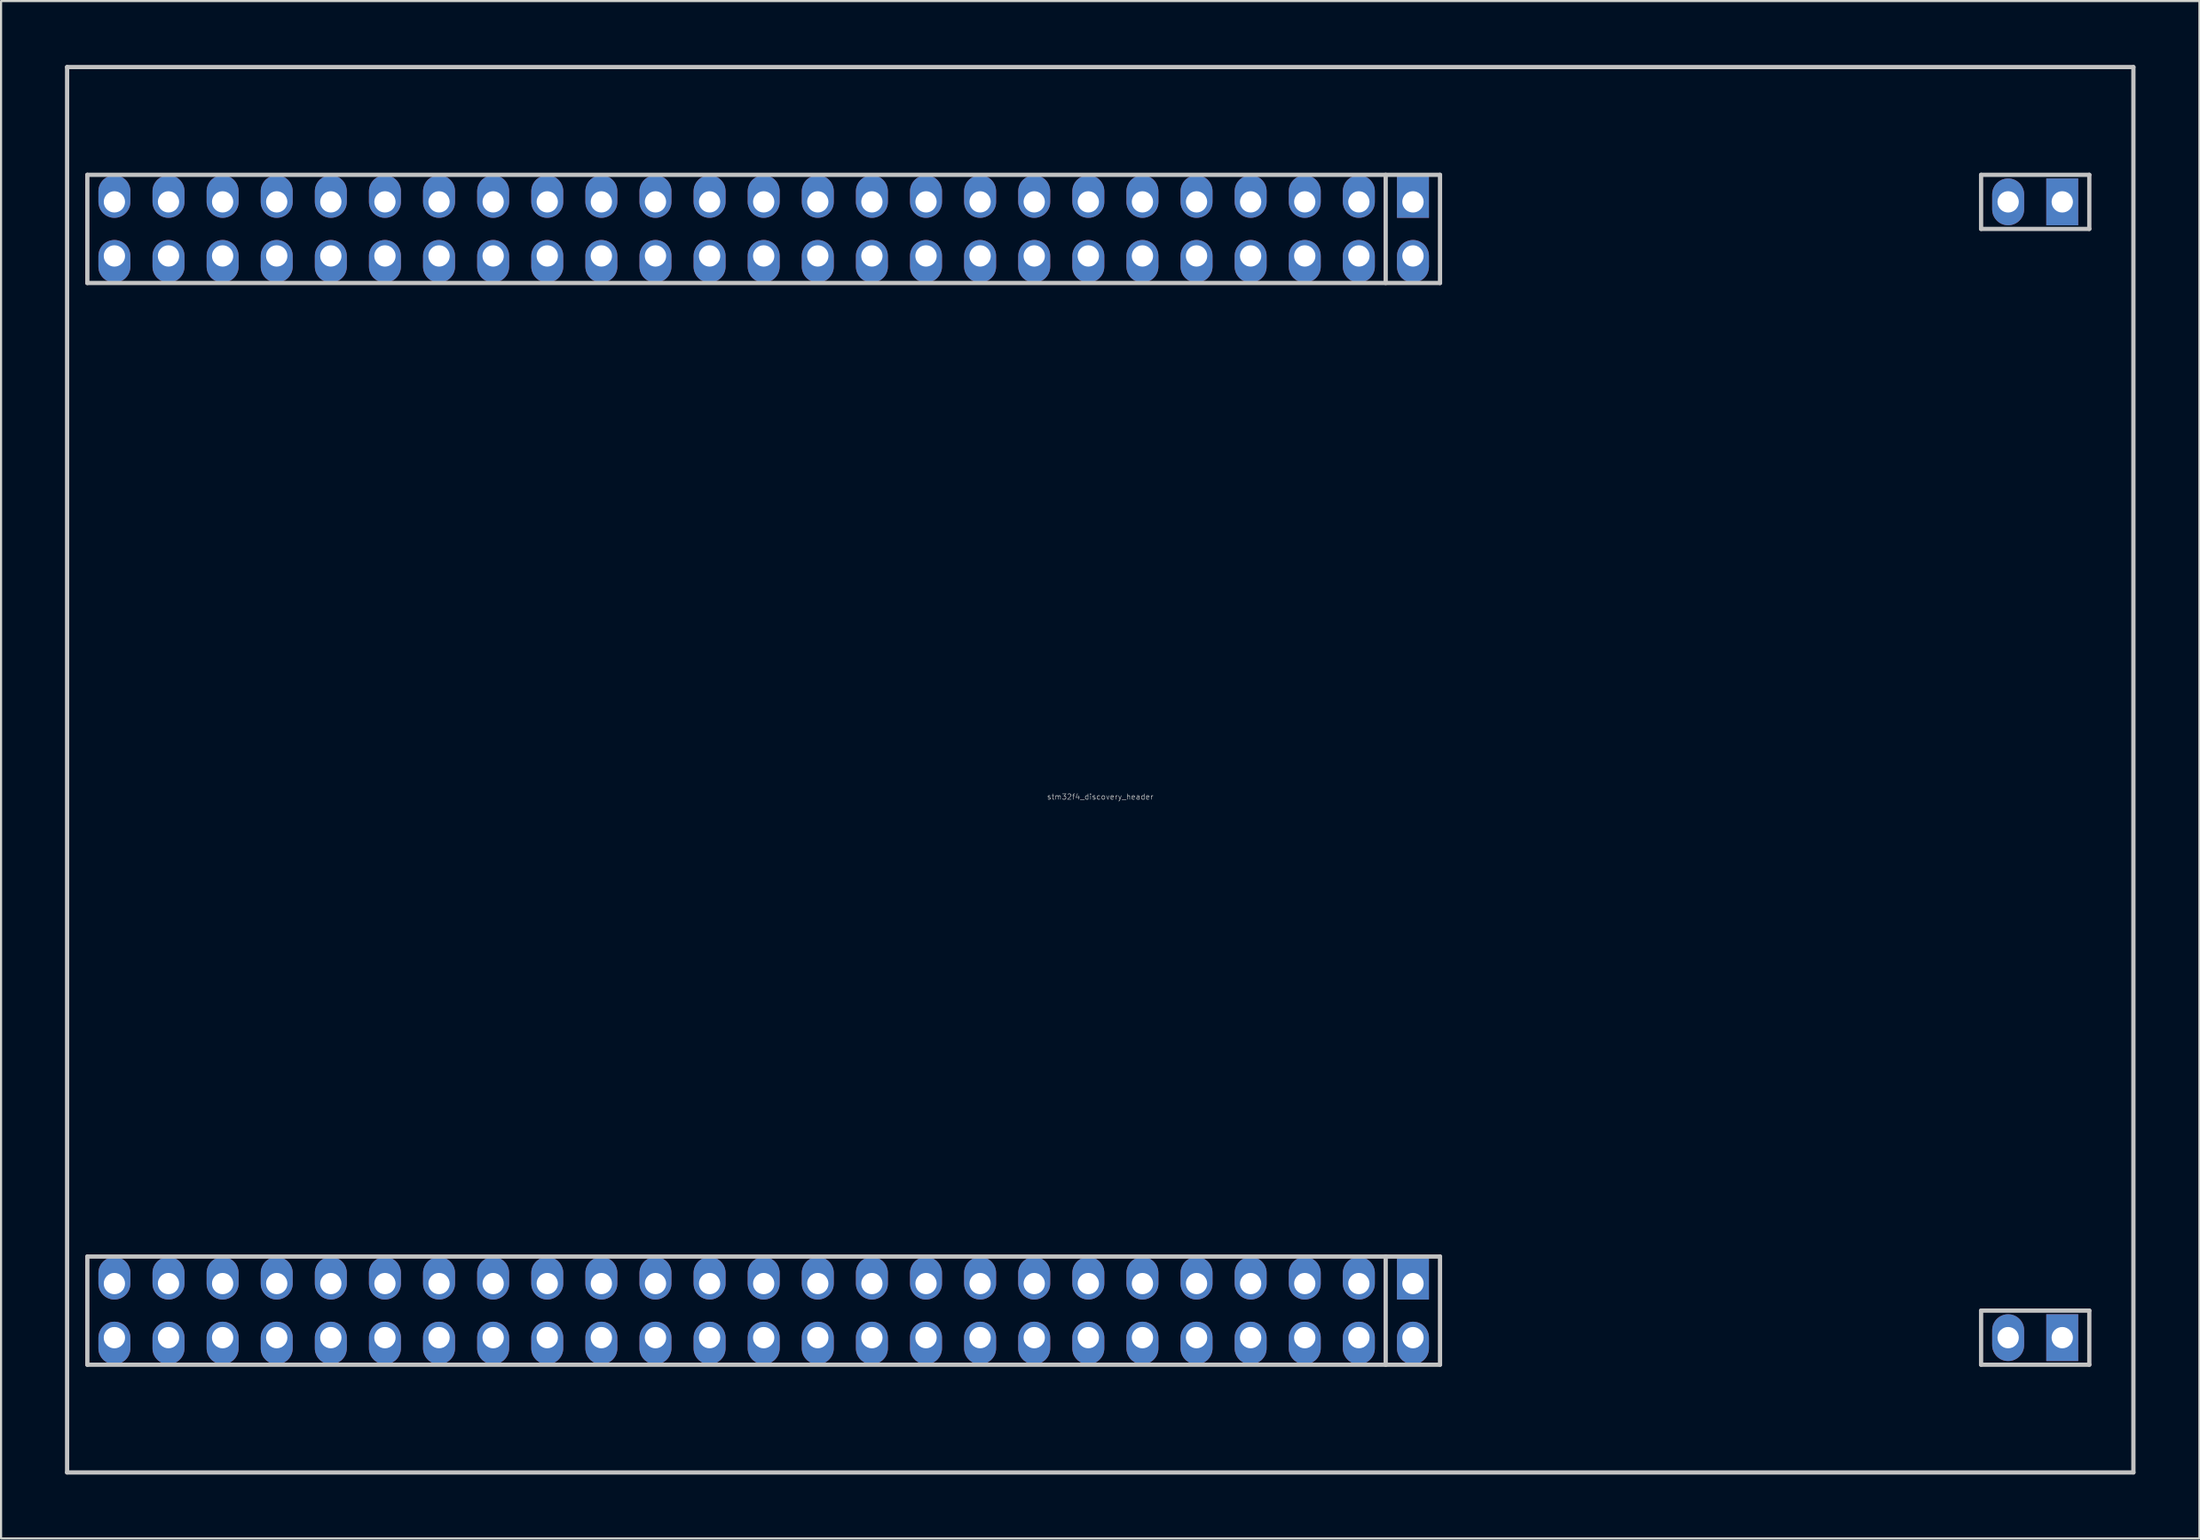
<source format=kicad_pcb>
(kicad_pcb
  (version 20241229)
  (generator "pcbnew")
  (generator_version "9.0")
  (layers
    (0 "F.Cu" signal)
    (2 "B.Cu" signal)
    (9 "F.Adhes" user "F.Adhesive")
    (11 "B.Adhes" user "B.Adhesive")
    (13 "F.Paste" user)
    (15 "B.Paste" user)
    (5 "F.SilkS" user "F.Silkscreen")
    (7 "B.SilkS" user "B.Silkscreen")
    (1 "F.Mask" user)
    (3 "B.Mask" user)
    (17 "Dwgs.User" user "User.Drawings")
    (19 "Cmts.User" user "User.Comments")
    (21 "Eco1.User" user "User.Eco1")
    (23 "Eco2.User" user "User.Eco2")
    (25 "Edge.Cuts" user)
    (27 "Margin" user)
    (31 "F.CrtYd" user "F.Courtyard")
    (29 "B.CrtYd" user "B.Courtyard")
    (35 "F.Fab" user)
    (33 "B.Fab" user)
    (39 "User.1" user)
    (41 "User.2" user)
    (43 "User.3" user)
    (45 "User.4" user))
  (footprint "stm32f4_discovery_header"
    (layer "F.Cu")
    (at 48.6 33.1)
    (property "Reference" "stm32f4_discovery_header" (at 0 1.27 0) (layer "Dwgs.User") (effects (font (size 0.254 0.254) (thickness 0.025))))
    (attr through_hole)
    (fp_line (start -48.5 33) (end -48.5 -33) (stroke (width 0.2) (type solid)) (layer "Dwgs.User"))
    (fp_line (start -48.5 33) (end 48.5 33) (stroke (width 0.2) (type solid)) (layer "Dwgs.User"))
    (fp_line (start -47.55 -27.94) (end -47.55 -22.86) (stroke (width 0.2) (type solid)) (layer "Dwgs.User"))
    (fp_line (start -47.55 -27.94) (end 15.95 -27.94) (stroke (width 0.2) (type solid)) (layer "Dwgs.User"))
    (fp_line (start -47.55 -22.86) (end 15.95 -22.86) (stroke (width 0.2) (type solid)) (layer "Dwgs.User"))
    (fp_line (start -47.55 22.86) (end -47.55 27.94) (stroke (width 0.2) (type solid)) (layer "Dwgs.User"))
    (fp_line (start -47.55 22.86) (end 15.95 22.86) (stroke (width 0.2) (type solid)) (layer "Dwgs.User"))
    (fp_line (start -47.55 27.94) (end 15.95 27.94) (stroke (width 0.2) (type solid)) (layer "Dwgs.User"))
    (fp_line (start 13.399 -27.94) (end 13.399 -22.86) (stroke (width 0.2) (type solid)) (layer "Dwgs.User"))
    (fp_line (start 13.399 22.86) (end 13.399 27.94) (stroke (width 0.2) (type solid)) (layer "Dwgs.User"))
    (fp_line (start 15.95 -27.94) (end 15.95 -22.86) (stroke (width 0.2) (type solid)) (layer "Dwgs.User"))
    (fp_line (start 15.95 22.86) (end 15.95 27.94) (stroke (width 0.2) (type solid)) (layer "Dwgs.User"))
    (fp_line (start 41.35 -27.94) (end 41.35 -25.4) (stroke (width 0.2) (type solid)) (layer "Dwgs.User"))
    (fp_line (start 41.35 -25.4) (end 46.43 -25.4) (stroke (width 0.2) (type solid)) (layer "Dwgs.User"))
    (fp_line (start 41.35 25.4) (end 41.35 27.94) (stroke (width 0.2) (type solid)) (layer "Dwgs.User"))
    (fp_line (start 41.35 27.94) (end 46.43 27.94) (stroke (width 0.2) (type solid)) (layer "Dwgs.User"))
    (fp_line (start 46.43 -27.94) (end 41.35 -27.94) (stroke (width 0.2) (type solid)) (layer "Dwgs.User"))
    (fp_line (start 46.43 -25.4) (end 46.43 -27.94) (stroke (width 0.2) (type solid)) (layer "Dwgs.User"))
    (fp_line (start 46.43 25.4) (end 41.35 25.4) (stroke (width 0.2) (type solid)) (layer "Dwgs.User"))
    (fp_line (start 46.43 27.94) (end 46.43 25.4) (stroke (width 0.2) (type solid)) (layer "Dwgs.User"))
    (fp_line (start 48.5 -33) (end -48.5 -33) (stroke (width 0.2) (type solid)) (layer "Dwgs.User"))
    (fp_line (start 48.5 33) (end 48.5 -33) (stroke (width 0.2) (type solid)) (layer "Dwgs.User"))
    (pad "1" thru_hole rect (at 14.68 -26.67) (size 1.5 2) (drill 1.001 (offset 0 -0.25)) (layers "*.Cu" "*.Mask"))
    (pad "2" thru_hole oval (at 14.68 -24.13) (size 1.5 2) (drill 1.001 (offset 0 0.25)) (layers "*.Cu" "*.Mask"))
    (pad "3" thru_hole oval (at 12.14 -26.67) (size 1.5 2) (drill 0.998 (offset 0 -0.25)) (layers "*.Cu" "*.Mask"))
    (pad "4" thru_hole oval (at 12.14 -24.13) (size 1.5 2) (drill 1.001 (offset 0 0.25)) (layers "*.Cu" "*.Mask"))
    (pad "5" thru_hole oval (at 9.6 -26.67) (size 1.5 2) (drill 0.998 (offset 0 -0.25)) (layers "*.Cu" "*.Mask"))
    (pad "6" thru_hole oval (at 9.6 -24.13) (size 1.5 2) (drill 1.001 (offset 0 0.25)) (layers "*.Cu" "*.Mask"))
    (pad "7" thru_hole oval (at 7.06 -26.67) (size 1.5 2) (drill 0.998 (offset 0 -0.25)) (layers "*.Cu" "*.Mask"))
    (pad "8" thru_hole oval (at 7.06 -24.13) (size 1.5 2) (drill 1.001 (offset 0 0.25)) (layers "*.Cu" "*.Mask"))
    (pad "9" thru_hole oval (at 4.52 -26.67) (size 1.5 2) (drill 0.998 (offset 0 -0.25)) (layers "*.Cu" "*.Mask"))
    (pad "10" thru_hole oval (at 4.52 -24.13) (size 1.5 2) (drill 1.001 (offset 0 0.25)) (layers "*.Cu" "*.Mask"))
    (pad "11" thru_hole oval (at 1.98 -26.67) (size 1.5 2) (drill 0.998 (offset 0 -0.25)) (layers "*.Cu" "*.Mask"))
    (pad "12" thru_hole oval (at 1.98 -24.13) (size 1.5 2) (drill 1.001 (offset 0 0.25)) (layers "*.Cu" "*.Mask"))
    (pad "13" thru_hole oval (at -0.56 -26.67) (size 1.5 2) (drill 0.998 (offset 0 -0.25)) (layers "*.Cu" "*.Mask"))
    (pad "14" thru_hole oval (at -0.56 -24.13) (size 1.5 2) (drill 1.001 (offset 0 0.25)) (layers "*.Cu" "*.Mask"))
    (pad "15" thru_hole oval (at -3.1 -26.67) (size 1.5 2) (drill 0.998 (offset 0 -0.25)) (layers "*.Cu" "*.Mask"))
    (pad "16" thru_hole oval (at -3.1 -24.13) (size 1.5 2) (drill 1.001 (offset 0 0.25)) (layers "*.Cu" "*.Mask"))
    (pad "17" thru_hole oval (at -5.64 -26.67) (size 1.5 2) (drill 0.998 (offset 0 -0.25)) (layers "*.Cu" "*.Mask"))
    (pad "18" thru_hole oval (at -5.64 -24.13) (size 1.5 2) (drill 1.001 (offset 0 0.25)) (layers "*.Cu" "*.Mask"))
    (pad "19" thru_hole oval (at -8.18 -26.67) (size 1.5 2) (drill 0.998 (offset 0 -0.25)) (layers "*.Cu" "*.Mask"))
    (pad "20" thru_hole oval (at -8.18 -24.13) (size 1.5 2) (drill 1.001 (offset 0 0.25)) (layers "*.Cu" "*.Mask"))
    (pad "21" thru_hole oval (at -10.72 -26.67) (size 1.5 2) (drill 0.998 (offset 0 -0.25)) (layers "*.Cu" "*.Mask"))
    (pad "22" thru_hole oval (at -10.72 -24.13) (size 1.5 2) (drill 1.001 (offset 0 0.25)) (layers "*.Cu" "*.Mask"))
    (pad "23" thru_hole oval (at -13.26 -26.67) (size 1.5 2) (drill 0.998 (offset 0 -0.25)) (layers "*.Cu" "*.Mask"))
    (pad "24" thru_hole oval (at -13.26 -24.13) (size 1.5 2) (drill 1.001 (offset 0 0.25)) (layers "*.Cu" "*.Mask"))
    (pad "25" thru_hole oval (at -15.8 -26.67) (size 1.5 2) (drill 0.998 (offset 0 -0.25)) (layers "*.Cu" "*.Mask"))
    (pad "26" thru_hole oval (at -15.8 -24.13) (size 1.5 2) (drill 1.001 (offset 0 0.25)) (layers "*.Cu" "*.Mask"))
    (pad "27" thru_hole oval (at -18.34 -26.67) (size 1.5 2) (drill 0.998 (offset 0 -0.25)) (layers "*.Cu" "*.Mask"))
    (pad "28" thru_hole oval (at -18.34 -24.13) (size 1.5 2) (drill 1.001 (offset 0 0.25)) (layers "*.Cu" "*.Mask"))
    (pad "29" thru_hole oval (at -20.88 -26.67) (size 1.5 2) (drill 0.998 (offset 0 -0.25)) (layers "*.Cu" "*.Mask"))
    (pad "30" thru_hole oval (at -20.88 -24.13) (size 1.5 2) (drill 1.001 (offset 0 0.25)) (layers "*.Cu" "*.Mask"))
    (pad "31" thru_hole oval (at -23.42 -26.67) (size 1.5 2) (drill 0.998 (offset 0 -0.25)) (layers "*.Cu" "*.Mask"))
    (pad "32" thru_hole oval (at -23.42 -24.13) (size 1.5 2) (drill 1.001 (offset 0 0.25)) (layers "*.Cu" "*.Mask"))
    (pad "33" thru_hole oval (at -25.96 -26.67) (size 1.5 2) (drill 0.998 (offset 0 -0.25)) (layers "*.Cu" "*.Mask"))
    (pad "34" thru_hole oval (at -25.96 -24.13) (size 1.5 2) (drill 1.001 (offset 0 0.25)) (layers "*.Cu" "*.Mask"))
    (pad "35" thru_hole oval (at -28.5 -26.67) (size 1.5 2) (drill 0.998 (offset 0 -0.25)) (layers "*.Cu" "*.Mask"))
    (pad "36" thru_hole oval (at -28.5 -24.13) (size 1.5 2) (drill 1.001 (offset 0 0.25)) (layers "*.Cu" "*.Mask"))
    (pad "37" thru_hole oval (at -31.04 -26.67) (size 1.5 2) (drill 0.998 (offset 0 -0.25)) (layers "*.Cu" "*.Mask"))
    (pad "38" thru_hole oval (at -31.04 -24.13) (size 1.5 2) (drill 1.001 (offset 0 0.25)) (layers "*.Cu" "*.Mask"))
    (pad "39" thru_hole oval (at -33.58 -26.67) (size 1.5 2) (drill 0.998 (offset 0 -0.25)) (layers "*.Cu" "*.Mask"))
    (pad "40" thru_hole oval (at -33.58 -24.13) (size 1.5 2) (drill 1.001 (offset 0 0.25)) (layers "*.Cu" "*.Mask"))
    (pad "41" thru_hole oval (at -36.12 -26.67) (size 1.5 2) (drill 0.998 (offset 0 -0.25)) (layers "*.Cu" "*.Mask"))
    (pad "42" thru_hole oval (at -36.12 -24.13) (size 1.5 2) (drill 1.001 (offset 0 0.25)) (layers "*.Cu" "*.Mask"))
    (pad "43" thru_hole oval (at -38.66 -26.67) (size 1.5 2) (drill 0.998 (offset 0 -0.25)) (layers "*.Cu" "*.Mask"))
    (pad "44" thru_hole oval (at -38.66 -24.13) (size 1.5 2) (drill 1.001 (offset 0 0.25)) (layers "*.Cu" "*.Mask"))
    (pad "45" thru_hole oval (at -41.2 -26.67) (size 1.5 2) (drill 0.998 (offset 0 -0.25)) (layers "*.Cu" "*.Mask"))
    (pad "46" thru_hole oval (at -41.2 -24.13) (size 1.5 2) (drill 1.001 (offset 0 0.25)) (layers "*.Cu" "*.Mask"))
    (pad "47" thru_hole oval (at -43.74 -26.67) (size 1.5 2) (drill 0.998 (offset 0 -0.25)) (layers "*.Cu" "*.Mask"))
    (pad "48" thru_hole oval (at -43.74 -24.13) (size 1.5 2) (drill 1.001 (offset 0 0.25)) (layers "*.Cu" "*.Mask"))
    (pad "49" thru_hole oval (at -46.28 -26.67) (size 1.5 2) (drill 0.998 (offset 0 -0.25)) (layers "*.Cu" "*.Mask"))
    (pad "49" thru_hole rect (at 45.16 -26.67) (size 1.5 2.2) (drill 1.001) (layers "*.Cu" "*.Mask"))
    (pad "50" thru_hole oval (at -46.28 -24.13) (size 1.5 2) (drill 1.001 (offset 0 0.25)) (layers "*.Cu" "*.Mask"))
    (pad "50" thru_hole oval (at 42.62 -26.67) (size 1.5 2.2) (drill 1.001) (layers "*.Cu" "*.Mask"))
    (pad "51" thru_hole oval (at -46.28 24.13) (size 1.5 2) (drill 0.998 (offset 0 -0.25)) (layers "*.Cu" "*.Mask"))
    (pad "51" thru_hole rect (at 45.16 26.67) (size 1.5 2.2) (drill 1.001) (layers "*.Cu" "*.Mask"))
    (pad "52" thru_hole oval (at -46.28 26.67) (size 1.5 2) (drill 1.001 (offset 0 0.25)) (layers "*.Cu" "*.Mask"))
    (pad "52" thru_hole oval (at 42.62 26.67) (size 1.5 2.2) (drill 1.001) (layers "*.Cu" "*.Mask"))
    (pad "53" thru_hole oval (at -43.74 24.13) (size 1.5 2) (drill 0.998 (offset 0 -0.25)) (layers "*.Cu" "*.Mask"))
    (pad "54" thru_hole oval (at -43.74 26.67) (size 1.5 2) (drill 1.001 (offset 0 0.25)) (layers "*.Cu" "*.Mask"))
    (pad "55" thru_hole oval (at -41.2 24.13) (size 1.5 2) (drill 0.998 (offset 0 -0.25)) (layers "*.Cu" "*.Mask"))
    (pad "56" thru_hole oval (at -41.2 26.67) (size 1.5 2) (drill 1.001 (offset 0 0.25)) (layers "*.Cu" "*.Mask"))
    (pad "57" thru_hole oval (at -38.66 24.13) (size 1.5 2) (drill 0.998 (offset 0 -0.25)) (layers "*.Cu" "*.Mask"))
    (pad "58" thru_hole oval (at -38.66 26.67) (size 1.5 2) (drill 1.001 (offset 0 0.25)) (layers "*.Cu" "*.Mask"))
    (pad "59" thru_hole oval (at -36.12 24.13) (size 1.5 2) (drill 0.998 (offset 0 -0.25)) (layers "*.Cu" "*.Mask"))
    (pad "60" thru_hole oval (at -36.12 26.67) (size 1.5 2) (drill 1.001 (offset 0 0.25)) (layers "*.Cu" "*.Mask"))
    (pad "61" thru_hole oval (at -33.58 24.13) (size 1.5 2) (drill 0.998 (offset 0 -0.25)) (layers "*.Cu" "*.Mask"))
    (pad "62" thru_hole oval (at -33.58 26.67) (size 1.5 2) (drill 1.001 (offset 0 0.25)) (layers "*.Cu" "*.Mask"))
    (pad "63" thru_hole oval (at -31.04 24.13) (size 1.5 2) (drill 0.998 (offset 0 -0.25)) (layers "*.Cu" "*.Mask"))
    (pad "64" thru_hole oval (at -31.04 26.67) (size 1.5 2) (drill 1.001 (offset 0 0.25)) (layers "*.Cu" "*.Mask"))
    (pad "65" thru_hole oval (at -28.5 24.13) (size 1.5 2) (drill 0.998 (offset 0 -0.25)) (layers "*.Cu" "*.Mask"))
    (pad "66" thru_hole oval (at -28.5 26.67) (size 1.5 2) (drill 1.001 (offset 0 0.25)) (layers "*.Cu" "*.Mask"))
    (pad "67" thru_hole oval (at -25.96 24.13) (size 1.5 2) (drill 0.998 (offset 0 -0.25)) (layers "*.Cu" "*.Mask"))
    (pad "68" thru_hole oval (at -25.96 26.67) (size 1.5 2) (drill 1.001 (offset 0 0.25)) (layers "*.Cu" "*.Mask"))
    (pad "69" thru_hole oval (at -23.42 24.13) (size 1.5 2) (drill 0.998 (offset 0 -0.25)) (layers "*.Cu" "*.Mask"))
    (pad "70" thru_hole oval (at -23.42 26.67) (size 1.5 2) (drill 1.001 (offset 0 0.25)) (layers "*.Cu" "*.Mask"))
    (pad "71" thru_hole oval (at -20.88 24.13) (size 1.5 2) (drill 0.998 (offset 0 -0.25)) (layers "*.Cu" "*.Mask"))
    (pad "72" thru_hole oval (at -20.88 26.67) (size 1.5 2) (drill 1.001 (offset 0 0.25)) (layers "*.Cu" "*.Mask"))
    (pad "73" thru_hole oval (at -18.34 24.13) (size 1.5 2) (drill 0.998 (offset 0 -0.25)) (layers "*.Cu" "*.Mask"))
    (pad "74" thru_hole oval (at -18.34 26.67) (size 1.5 2) (drill 1.001 (offset 0 0.25)) (layers "*.Cu" "*.Mask"))
    (pad "75" thru_hole oval (at -15.8 24.13) (size 1.5 2) (drill 0.998 (offset 0 -0.25)) (layers "*.Cu" "*.Mask"))
    (pad "76" thru_hole oval (at -15.8 26.67) (size 1.5 2) (drill 1.001 (offset 0 0.25)) (layers "*.Cu" "*.Mask"))
    (pad "77" thru_hole oval (at -13.26 24.13) (size 1.5 2) (drill 0.998 (offset 0 -0.25)) (layers "*.Cu" "*.Mask"))
    (pad "78" thru_hole oval (at -13.26 26.67) (size 1.5 2) (drill 1.001 (offset 0 0.25)) (layers "*.Cu" "*.Mask"))
    (pad "79" thru_hole oval (at -10.72 24.13) (size 1.5 2) (drill 0.998 (offset 0 -0.25)) (layers "*.Cu" "*.Mask"))
    (pad "80" thru_hole oval (at -10.72 26.67) (size 1.5 2) (drill 1.001 (offset 0 0.25)) (layers "*.Cu" "*.Mask"))
    (pad "81" thru_hole oval (at -8.18 24.13) (size 1.5 2) (drill 0.998 (offset 0 -0.25)) (layers "*.Cu" "*.Mask"))
    (pad "82" thru_hole oval (at -8.18 26.67) (size 1.5 2) (drill 1.001 (offset 0 0.25)) (layers "*.Cu" "*.Mask"))
    (pad "83" thru_hole oval (at -5.64 24.13) (size 1.5 2) (drill 0.998 (offset 0 -0.25)) (layers "*.Cu" "*.Mask"))
    (pad "84" thru_hole oval (at -5.64 26.67) (size 1.5 2) (drill 1.001 (offset 0 0.25)) (layers "*.Cu" "*.Mask"))
    (pad "85" thru_hole oval (at -3.1 24.13) (size 1.5 2) (drill 0.998 (offset 0 -0.25)) (layers "*.Cu" "*.Mask"))
    (pad "86" thru_hole oval (at -3.1 26.67) (size 1.5 2) (drill 1.001 (offset 0 0.25)) (layers "*.Cu" "*.Mask"))
    (pad "87" thru_hole oval (at -0.56 24.13) (size 1.5 2) (drill 0.998 (offset 0 -0.25)) (layers "*.Cu" "*.Mask"))
    (pad "88" thru_hole oval (at -0.56 26.67) (size 1.5 2) (drill 1.001 (offset 0 0.25)) (layers "*.Cu" "*.Mask"))
    (pad "89" thru_hole oval (at 1.98 24.13) (size 1.5 2) (drill 0.998 (offset 0 -0.25)) (layers "*.Cu" "*.Mask"))
    (pad "90" thru_hole oval (at 1.98 26.67) (size 1.5 2) (drill 1.001 (offset 0 0.25)) (layers "*.Cu" "*.Mask"))
    (pad "91" thru_hole oval (at 4.52 24.13) (size 1.5 2) (drill 0.998 (offset 0 -0.25)) (layers "*.Cu" "*.Mask"))
    (pad "92" thru_hole oval (at 4.52 26.67) (size 1.5 2) (drill 1.001 (offset 0 0.25)) (layers "*.Cu" "*.Mask"))
    (pad "93" thru_hole oval (at 7.06 24.13) (size 1.5 2) (drill 0.998 (offset 0 -0.25)) (layers "*.Cu" "*.Mask"))
    (pad "94" thru_hole oval (at 7.06 26.67) (size 1.5 2) (drill 1.001 (offset 0 0.25)) (layers "*.Cu" "*.Mask"))
    (pad "95" thru_hole oval (at 9.6 24.13) (size 1.5 2) (drill 0.998 (offset 0 -0.25)) (layers "*.Cu" "*.Mask"))
    (pad "96" thru_hole oval (at 9.6 26.67) (size 1.5 2) (drill 1.001 (offset 0 0.25)) (layers "*.Cu" "*.Mask"))
    (pad "97" thru_hole oval (at 12.14 24.13) (size 1.5 2) (drill 0.998 (offset 0 -0.25)) (layers "*.Cu" "*.Mask"))
    (pad "98" thru_hole oval (at 12.14 26.67) (size 1.5 2) (drill 1.001 (offset 0 0.25)) (layers "*.Cu" "*.Mask"))
    (pad "99" thru_hole rect (at 14.68 24.13) (size 1.5 2) (drill 1.001 (offset 0 -0.25)) (layers "*.Cu" "*.Mask"))
    (pad "100" thru_hole oval (at 14.68 26.67) (size 1.5 2) (drill 1.001 (offset 0 0.25)) (layers "*.Cu" "*.Mask")))
  (gr_rect
    (start -3 -3)
    (end 100.2 69.2)
    (stroke (width 0.1) (type default))
    (fill no)
    (layer "Edge.Cuts")))
</source>
